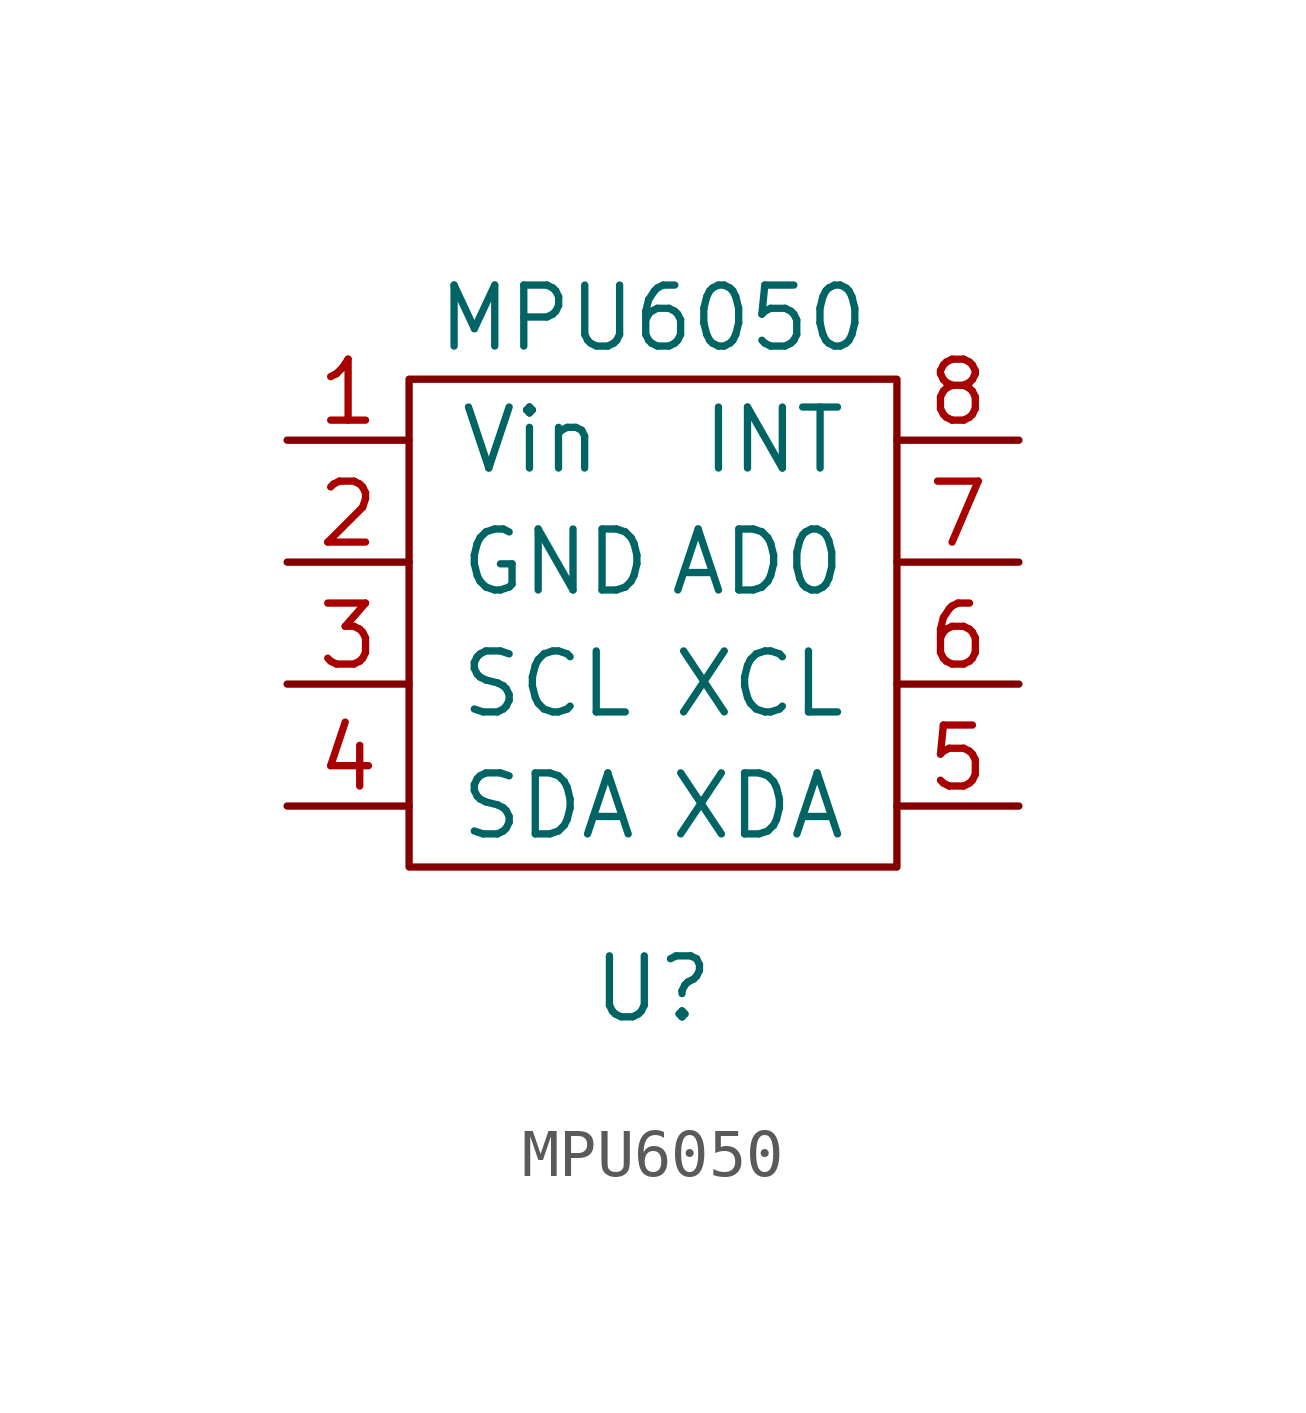
<source format=kicad_sym>
(kicad_symbol_lib
  (version 20211014)
  (generator kicad_symbol_editor)
  (symbol "MPU6050"
    (pin_names
      (offset 1.016))
    (property "Reference" "U"
      (at 0 -7.62 0)
      (effects (font (size 1.27 1.27))))
    (property "Value" "MPU6050"
      (at 0 6.35 0)
      (effects (font (size 1.27 1.27))))
    (symbol "MPU6050_0_1"
      (rectangle (start -5.08 5.08) (end 5.08 -5.08) (stroke (width 0) (type default) (color 0 0 0 0)) (fill (type none))))
    (symbol "MPU6050_1_1"
      (pin input line (at -7.62 3.81 0) (length 2.54) (name "Vin" (effects (font (size 1.27 1.27)))) (number "1" (effects (font (size 1.27 1.27)))))
      (pin input line (at -7.62 1.27 0) (length 2.54) (name "GND" (effects (font (size 1.27 1.27)))) (number "2" (effects (font (size 1.27 1.27)))))
      (pin input line (at -7.62 -1.27 0) (length 2.54) (name "SCL" (effects (font (size 1.27 1.27)))) (number "3" (effects (font (size 1.27 1.27)))))
      (pin input line (at -7.62 -3.81 0) (length 2.54) (name "SDA" (effects (font (size 1.27 1.27)))) (number "4" (effects (font (size 1.27 1.27)))))
      (pin input line (at 7.62 -3.81 180) (length 2.54) (name "XDA" (effects (font (size 1.27 1.27)))) (number "5" (effects (font (size 1.27 1.27)))))
      (pin input line (at 7.62 -1.27 180) (length 2.54) (name "XCL" (effects (font (size 1.27 1.27)))) (number "6" (effects (font (size 1.27 1.27)))))
      (pin input line (at 7.62 1.27 180) (length 2.54) (name "AD0" (effects (font (size 1.27 1.27)))) (number "7" (effects (font (size 1.27 1.27)))))
      (pin input line (at 7.62 3.81 180) (length 2.54) (name "INT" (effects (font (size 1.27 1.27)))) (number "8" (effects (font (size 1.27 1.27))))))))
</source>
